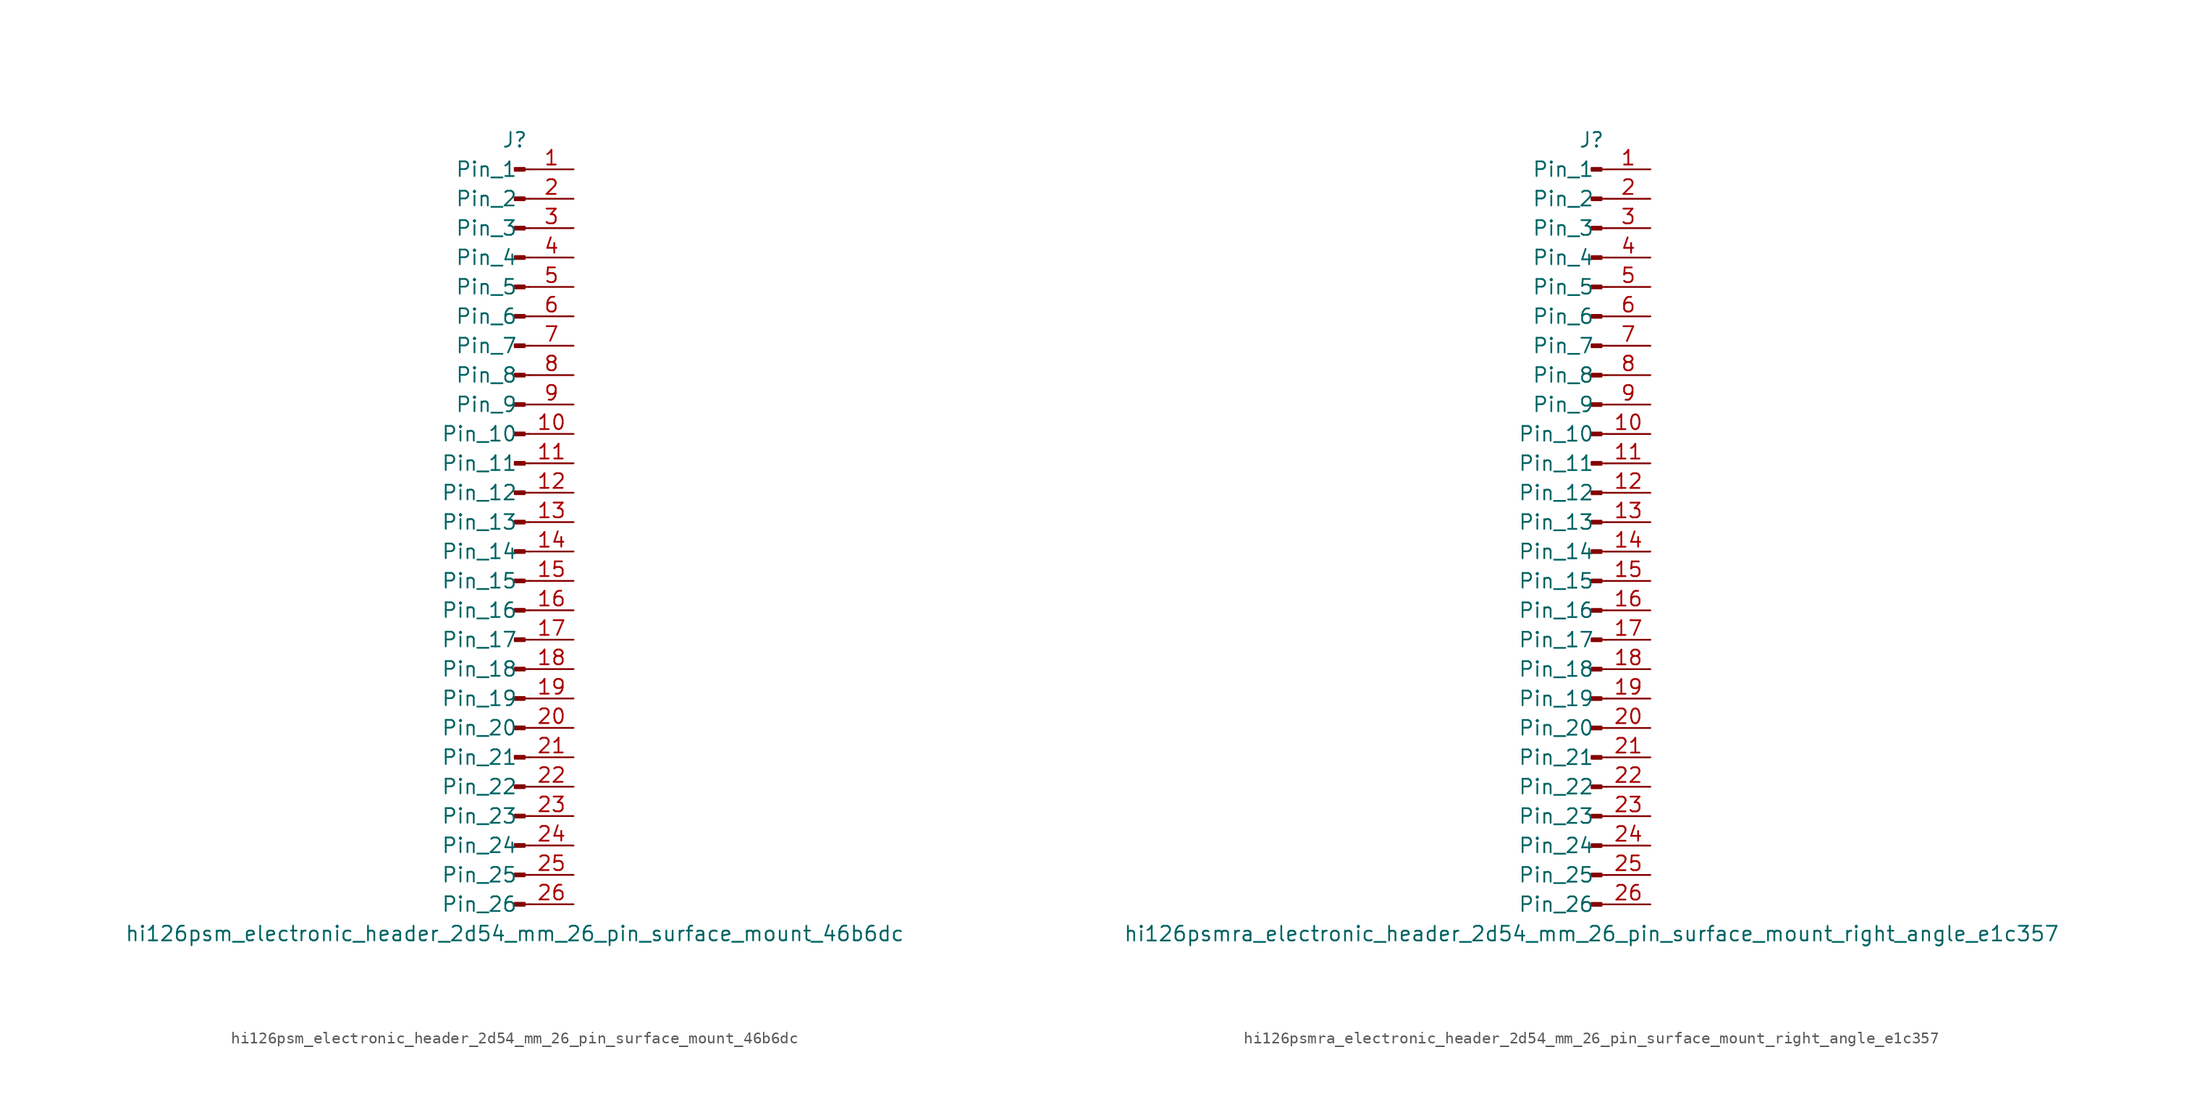
<source format=kicad_sym>
(kicad_symbol_lib
  (version 20220914)
  (generator kicad_symbol_editor)
  (symbol "hi126psm_electronic_header_2d54_mm_26_pin_surface_mount_46b6dc"
    (pin_names
      (offset 1.016))
    (property "Reference" "J"
      (at 0 33.02 0)
      (effects (font (size 1.27 1.27))))
    (property "Value" "hi126psm_electronic_header_2d54_mm_26_pin_surface_mount_46b6dc"
      (at 0 -35.56 0)
      (effects (font (size 1.27 1.27))))
    (property "ki_locked" ""
      (at 0 0 0)
      (effects (font (size 1.27 1.27))))
    (symbol "hi126psm_electronic_header_2d54_mm_26_pin_surface_mount_46b6dc_1_1"
      (polyline (pts (xy 1.27 -33.02) (xy 0.864 -33.02)) (stroke (width 0.152) (type default)) (fill (type none)))
      (polyline (pts (xy 1.27 -30.48) (xy 0.864 -30.48)) (stroke (width 0.152) (type default)) (fill (type none)))
      (polyline (pts (xy 1.27 -27.94) (xy 0.864 -27.94)) (stroke (width 0.152) (type default)) (fill (type none)))
      (polyline (pts (xy 1.27 -25.4) (xy 0.864 -25.4)) (stroke (width 0.152) (type default)) (fill (type none)))
      (polyline (pts (xy 1.27 -22.86) (xy 0.864 -22.86)) (stroke (width 0.152) (type default)) (fill (type none)))
      (polyline (pts (xy 1.27 -20.32) (xy 0.864 -20.32)) (stroke (width 0.152) (type default)) (fill (type none)))
      (polyline (pts (xy 1.27 -17.78) (xy 0.864 -17.78)) (stroke (width 0.152) (type default)) (fill (type none)))
      (polyline (pts (xy 1.27 -15.24) (xy 0.864 -15.24)) (stroke (width 0.152) (type default)) (fill (type none)))
      (polyline (pts (xy 1.27 -12.7) (xy 0.864 -12.7)) (stroke (width 0.152) (type default)) (fill (type none)))
      (polyline (pts (xy 1.27 -10.16) (xy 0.864 -10.16)) (stroke (width 0.152) (type default)) (fill (type none)))
      (polyline (pts (xy 1.27 -7.62) (xy 0.864 -7.62)) (stroke (width 0.152) (type default)) (fill (type none)))
      (polyline (pts (xy 1.27 -5.08) (xy 0.864 -5.08)) (stroke (width 0.152) (type default)) (fill (type none)))
      (polyline (pts (xy 1.27 -2.54) (xy 0.864 -2.54)) (stroke (width 0.152) (type default)) (fill (type none)))
      (polyline (pts (xy 1.27 0) (xy 0.864 0)) (stroke (width 0.152) (type default)) (fill (type none)))
      (polyline (pts (xy 1.27 2.54) (xy 0.864 2.54)) (stroke (width 0.152) (type default)) (fill (type none)))
      (polyline (pts (xy 1.27 5.08) (xy 0.864 5.08)) (stroke (width 0.152) (type default)) (fill (type none)))
      (polyline (pts (xy 1.27 7.62) (xy 0.864 7.62)) (stroke (width 0.152) (type default)) (fill (type none)))
      (polyline (pts (xy 1.27 10.16) (xy 0.864 10.16)) (stroke (width 0.152) (type default)) (fill (type none)))
      (polyline (pts (xy 1.27 12.7) (xy 0.864 12.7)) (stroke (width 0.152) (type default)) (fill (type none)))
      (polyline (pts (xy 1.27 15.24) (xy 0.864 15.24)) (stroke (width 0.152) (type default)) (fill (type none)))
      (polyline (pts (xy 1.27 17.78) (xy 0.864 17.78)) (stroke (width 0.152) (type default)) (fill (type none)))
      (polyline (pts (xy 1.27 20.32) (xy 0.864 20.32)) (stroke (width 0.152) (type default)) (fill (type none)))
      (polyline (pts (xy 1.27 22.86) (xy 0.864 22.86)) (stroke (width 0.152) (type default)) (fill (type none)))
      (polyline (pts (xy 1.27 25.4) (xy 0.864 25.4)) (stroke (width 0.152) (type default)) (fill (type none)))
      (polyline (pts (xy 1.27 27.94) (xy 0.864 27.94)) (stroke (width 0.152) (type default)) (fill (type none)))
      (polyline (pts (xy 1.27 30.48) (xy 0.864 30.48)) (stroke (width 0.152) (type default)) (fill (type none)))
      (rectangle (start 0.864 -32.893) (end 0 -33.147) (stroke (width 0.152) (type default)) (fill (type outline)))
      (rectangle (start 0.864 -30.353) (end 0 -30.607) (stroke (width 0.152) (type default)) (fill (type outline)))
      (rectangle (start 0.864 -27.813) (end 0 -28.067) (stroke (width 0.152) (type default)) (fill (type outline)))
      (rectangle (start 0.864 -25.273) (end 0 -25.527) (stroke (width 0.152) (type default)) (fill (type outline)))
      (rectangle (start 0.864 -22.733) (end 0 -22.987) (stroke (width 0.152) (type default)) (fill (type outline)))
      (rectangle (start 0.864 -20.193) (end 0 -20.447) (stroke (width 0.152) (type default)) (fill (type outline)))
      (rectangle (start 0.864 -17.653) (end 0 -17.907) (stroke (width 0.152) (type default)) (fill (type outline)))
      (rectangle (start 0.864 -15.113) (end 0 -15.367) (stroke (width 0.152) (type default)) (fill (type outline)))
      (rectangle (start 0.864 -12.573) (end 0 -12.827) (stroke (width 0.152) (type default)) (fill (type outline)))
      (rectangle (start 0.864 -10.033) (end 0 -10.287) (stroke (width 0.152) (type default)) (fill (type outline)))
      (rectangle (start 0.864 -7.493) (end 0 -7.747) (stroke (width 0.152) (type default)) (fill (type outline)))
      (rectangle (start 0.864 -4.953) (end 0 -5.207) (stroke (width 0.152) (type default)) (fill (type outline)))
      (rectangle (start 0.864 -2.413) (end 0 -2.667) (stroke (width 0.152) (type default)) (fill (type outline)))
      (rectangle (start 0.864 0.127) (end 0 -0.127) (stroke (width 0.152) (type default)) (fill (type outline)))
      (rectangle (start 0.864 2.667) (end 0 2.413) (stroke (width 0.152) (type default)) (fill (type outline)))
      (rectangle (start 0.864 5.207) (end 0 4.953) (stroke (width 0.152) (type default)) (fill (type outline)))
      (rectangle (start 0.864 7.747) (end 0 7.493) (stroke (width 0.152) (type default)) (fill (type outline)))
      (rectangle (start 0.864 10.287) (end 0 10.033) (stroke (width 0.152) (type default)) (fill (type outline)))
      (rectangle (start 0.864 12.827) (end 0 12.573) (stroke (width 0.152) (type default)) (fill (type outline)))
      (rectangle (start 0.864 15.367) (end 0 15.113) (stroke (width 0.152) (type default)) (fill (type outline)))
      (rectangle (start 0.864 17.907) (end 0 17.653) (stroke (width 0.152) (type default)) (fill (type outline)))
      (rectangle (start 0.864 20.447) (end 0 20.193) (stroke (width 0.152) (type default)) (fill (type outline)))
      (rectangle (start 0.864 22.987) (end 0 22.733) (stroke (width 0.152) (type default)) (fill (type outline)))
      (rectangle (start 0.864 25.527) (end 0 25.273) (stroke (width 0.152) (type default)) (fill (type outline)))
      (rectangle (start 0.864 28.067) (end 0 27.813) (stroke (width 0.152) (type default)) (fill (type outline)))
      (rectangle (start 0.864 30.607) (end 0 30.353) (stroke (width 0.152) (type default)) (fill (type outline)))
      (pin passive line (at 5.08 30.48 180) (length 3.81) (name "Pin_1" (effects (font (size 1.27 1.27)))) (number "1" (effects (font (size 1.27 1.27)))))
      (pin passive line (at 5.08 7.62 180) (length 3.81) (name "Pin_10" (effects (font (size 1.27 1.27)))) (number "10" (effects (font (size 1.27 1.27)))))
      (pin passive line (at 5.08 5.08 180) (length 3.81) (name "Pin_11" (effects (font (size 1.27 1.27)))) (number "11" (effects (font (size 1.27 1.27)))))
      (pin passive line (at 5.08 2.54 180) (length 3.81) (name "Pin_12" (effects (font (size 1.27 1.27)))) (number "12" (effects (font (size 1.27 1.27)))))
      (pin passive line (at 5.08 0 180) (length 3.81) (name "Pin_13" (effects (font (size 1.27 1.27)))) (number "13" (effects (font (size 1.27 1.27)))))
      (pin passive line (at 5.08 -2.54 180) (length 3.81) (name "Pin_14" (effects (font (size 1.27 1.27)))) (number "14" (effects (font (size 1.27 1.27)))))
      (pin passive line (at 5.08 -5.08 180) (length 3.81) (name "Pin_15" (effects (font (size 1.27 1.27)))) (number "15" (effects (font (size 1.27 1.27)))))
      (pin passive line (at 5.08 -7.62 180) (length 3.81) (name "Pin_16" (effects (font (size 1.27 1.27)))) (number "16" (effects (font (size 1.27 1.27)))))
      (pin passive line (at 5.08 -10.16 180) (length 3.81) (name "Pin_17" (effects (font (size 1.27 1.27)))) (number "17" (effects (font (size 1.27 1.27)))))
      (pin passive line (at 5.08 -12.7 180) (length 3.81) (name "Pin_18" (effects (font (size 1.27 1.27)))) (number "18" (effects (font (size 1.27 1.27)))))
      (pin passive line (at 5.08 -15.24 180) (length 3.81) (name "Pin_19" (effects (font (size 1.27 1.27)))) (number "19" (effects (font (size 1.27 1.27)))))
      (pin passive line (at 5.08 27.94 180) (length 3.81) (name "Pin_2" (effects (font (size 1.27 1.27)))) (number "2" (effects (font (size 1.27 1.27)))))
      (pin passive line (at 5.08 -17.78 180) (length 3.81) (name "Pin_20" (effects (font (size 1.27 1.27)))) (number "20" (effects (font (size 1.27 1.27)))))
      (pin passive line (at 5.08 -20.32 180) (length 3.81) (name "Pin_21" (effects (font (size 1.27 1.27)))) (number "21" (effects (font (size 1.27 1.27)))))
      (pin passive line (at 5.08 -22.86 180) (length 3.81) (name "Pin_22" (effects (font (size 1.27 1.27)))) (number "22" (effects (font (size 1.27 1.27)))))
      (pin passive line (at 5.08 -25.4 180) (length 3.81) (name "Pin_23" (effects (font (size 1.27 1.27)))) (number "23" (effects (font (size 1.27 1.27)))))
      (pin passive line (at 5.08 -27.94 180) (length 3.81) (name "Pin_24" (effects (font (size 1.27 1.27)))) (number "24" (effects (font (size 1.27 1.27)))))
      (pin passive line (at 5.08 -30.48 180) (length 3.81) (name "Pin_25" (effects (font (size 1.27 1.27)))) (number "25" (effects (font (size 1.27 1.27)))))
      (pin passive line (at 5.08 -33.02 180) (length 3.81) (name "Pin_26" (effects (font (size 1.27 1.27)))) (number "26" (effects (font (size 1.27 1.27)))))
      (pin passive line (at 5.08 25.4 180) (length 3.81) (name "Pin_3" (effects (font (size 1.27 1.27)))) (number "3" (effects (font (size 1.27 1.27)))))
      (pin passive line (at 5.08 22.86 180) (length 3.81) (name "Pin_4" (effects (font (size 1.27 1.27)))) (number "4" (effects (font (size 1.27 1.27)))))
      (pin passive line (at 5.08 20.32 180) (length 3.81) (name "Pin_5" (effects (font (size 1.27 1.27)))) (number "5" (effects (font (size 1.27 1.27)))))
      (pin passive line (at 5.08 17.78 180) (length 3.81) (name "Pin_6" (effects (font (size 1.27 1.27)))) (number "6" (effects (font (size 1.27 1.27)))))
      (pin passive line (at 5.08 15.24 180) (length 3.81) (name "Pin_7" (effects (font (size 1.27 1.27)))) (number "7" (effects (font (size 1.27 1.27)))))
      (pin passive line (at 5.08 12.7 180) (length 3.81) (name "Pin_8" (effects (font (size 1.27 1.27)))) (number "8" (effects (font (size 1.27 1.27)))))
      (pin passive line (at 5.08 10.16 180) (length 3.81) (name "Pin_9" (effects (font (size 1.27 1.27)))) (number "9" (effects (font (size 1.27 1.27)))))))
  (symbol "hi126psmra_electronic_header_2d54_mm_26_pin_surface_mount_right_angle_e1c357"
    (pin_names
      (offset 1.016))
    (property "Reference" "J"
      (at 0 33.02 0)
      (effects (font (size 1.27 1.27))))
    (property "Value" "hi126psmra_electronic_header_2d54_mm_26_pin_surface_mount_right_angle_e1c357"
      (at 0 -35.56 0)
      (effects (font (size 1.27 1.27))))
    (property "ki_locked" ""
      (at 0 0 0)
      (effects (font (size 1.27 1.27))))
    (symbol "hi126psmra_electronic_header_2d54_mm_26_pin_surface_mount_right_angle_e1c357_1_1"
      (polyline (pts (xy 1.27 -33.02) (xy 0.864 -33.02)) (stroke (width 0.152) (type default)) (fill (type none)))
      (polyline (pts (xy 1.27 -30.48) (xy 0.864 -30.48)) (stroke (width 0.152) (type default)) (fill (type none)))
      (polyline (pts (xy 1.27 -27.94) (xy 0.864 -27.94)) (stroke (width 0.152) (type default)) (fill (type none)))
      (polyline (pts (xy 1.27 -25.4) (xy 0.864 -25.4)) (stroke (width 0.152) (type default)) (fill (type none)))
      (polyline (pts (xy 1.27 -22.86) (xy 0.864 -22.86)) (stroke (width 0.152) (type default)) (fill (type none)))
      (polyline (pts (xy 1.27 -20.32) (xy 0.864 -20.32)) (stroke (width 0.152) (type default)) (fill (type none)))
      (polyline (pts (xy 1.27 -17.78) (xy 0.864 -17.78)) (stroke (width 0.152) (type default)) (fill (type none)))
      (polyline (pts (xy 1.27 -15.24) (xy 0.864 -15.24)) (stroke (width 0.152) (type default)) (fill (type none)))
      (polyline (pts (xy 1.27 -12.7) (xy 0.864 -12.7)) (stroke (width 0.152) (type default)) (fill (type none)))
      (polyline (pts (xy 1.27 -10.16) (xy 0.864 -10.16)) (stroke (width 0.152) (type default)) (fill (type none)))
      (polyline (pts (xy 1.27 -7.62) (xy 0.864 -7.62)) (stroke (width 0.152) (type default)) (fill (type none)))
      (polyline (pts (xy 1.27 -5.08) (xy 0.864 -5.08)) (stroke (width 0.152) (type default)) (fill (type none)))
      (polyline (pts (xy 1.27 -2.54) (xy 0.864 -2.54)) (stroke (width 0.152) (type default)) (fill (type none)))
      (polyline (pts (xy 1.27 0) (xy 0.864 0)) (stroke (width 0.152) (type default)) (fill (type none)))
      (polyline (pts (xy 1.27 2.54) (xy 0.864 2.54)) (stroke (width 0.152) (type default)) (fill (type none)))
      (polyline (pts (xy 1.27 5.08) (xy 0.864 5.08)) (stroke (width 0.152) (type default)) (fill (type none)))
      (polyline (pts (xy 1.27 7.62) (xy 0.864 7.62)) (stroke (width 0.152) (type default)) (fill (type none)))
      (polyline (pts (xy 1.27 10.16) (xy 0.864 10.16)) (stroke (width 0.152) (type default)) (fill (type none)))
      (polyline (pts (xy 1.27 12.7) (xy 0.864 12.7)) (stroke (width 0.152) (type default)) (fill (type none)))
      (polyline (pts (xy 1.27 15.24) (xy 0.864 15.24)) (stroke (width 0.152) (type default)) (fill (type none)))
      (polyline (pts (xy 1.27 17.78) (xy 0.864 17.78)) (stroke (width 0.152) (type default)) (fill (type none)))
      (polyline (pts (xy 1.27 20.32) (xy 0.864 20.32)) (stroke (width 0.152) (type default)) (fill (type none)))
      (polyline (pts (xy 1.27 22.86) (xy 0.864 22.86)) (stroke (width 0.152) (type default)) (fill (type none)))
      (polyline (pts (xy 1.27 25.4) (xy 0.864 25.4)) (stroke (width 0.152) (type default)) (fill (type none)))
      (polyline (pts (xy 1.27 27.94) (xy 0.864 27.94)) (stroke (width 0.152) (type default)) (fill (type none)))
      (polyline (pts (xy 1.27 30.48) (xy 0.864 30.48)) (stroke (width 0.152) (type default)) (fill (type none)))
      (rectangle (start 0.864 -32.893) (end 0 -33.147) (stroke (width 0.152) (type default)) (fill (type outline)))
      (rectangle (start 0.864 -30.353) (end 0 -30.607) (stroke (width 0.152) (type default)) (fill (type outline)))
      (rectangle (start 0.864 -27.813) (end 0 -28.067) (stroke (width 0.152) (type default)) (fill (type outline)))
      (rectangle (start 0.864 -25.273) (end 0 -25.527) (stroke (width 0.152) (type default)) (fill (type outline)))
      (rectangle (start 0.864 -22.733) (end 0 -22.987) (stroke (width 0.152) (type default)) (fill (type outline)))
      (rectangle (start 0.864 -20.193) (end 0 -20.447) (stroke (width 0.152) (type default)) (fill (type outline)))
      (rectangle (start 0.864 -17.653) (end 0 -17.907) (stroke (width 0.152) (type default)) (fill (type outline)))
      (rectangle (start 0.864 -15.113) (end 0 -15.367) (stroke (width 0.152) (type default)) (fill (type outline)))
      (rectangle (start 0.864 -12.573) (end 0 -12.827) (stroke (width 0.152) (type default)) (fill (type outline)))
      (rectangle (start 0.864 -10.033) (end 0 -10.287) (stroke (width 0.152) (type default)) (fill (type outline)))
      (rectangle (start 0.864 -7.493) (end 0 -7.747) (stroke (width 0.152) (type default)) (fill (type outline)))
      (rectangle (start 0.864 -4.953) (end 0 -5.207) (stroke (width 0.152) (type default)) (fill (type outline)))
      (rectangle (start 0.864 -2.413) (end 0 -2.667) (stroke (width 0.152) (type default)) (fill (type outline)))
      (rectangle (start 0.864 0.127) (end 0 -0.127) (stroke (width 0.152) (type default)) (fill (type outline)))
      (rectangle (start 0.864 2.667) (end 0 2.413) (stroke (width 0.152) (type default)) (fill (type outline)))
      (rectangle (start 0.864 5.207) (end 0 4.953) (stroke (width 0.152) (type default)) (fill (type outline)))
      (rectangle (start 0.864 7.747) (end 0 7.493) (stroke (width 0.152) (type default)) (fill (type outline)))
      (rectangle (start 0.864 10.287) (end 0 10.033) (stroke (width 0.152) (type default)) (fill (type outline)))
      (rectangle (start 0.864 12.827) (end 0 12.573) (stroke (width 0.152) (type default)) (fill (type outline)))
      (rectangle (start 0.864 15.367) (end 0 15.113) (stroke (width 0.152) (type default)) (fill (type outline)))
      (rectangle (start 0.864 17.907) (end 0 17.653) (stroke (width 0.152) (type default)) (fill (type outline)))
      (rectangle (start 0.864 20.447) (end 0 20.193) (stroke (width 0.152) (type default)) (fill (type outline)))
      (rectangle (start 0.864 22.987) (end 0 22.733) (stroke (width 0.152) (type default)) (fill (type outline)))
      (rectangle (start 0.864 25.527) (end 0 25.273) (stroke (width 0.152) (type default)) (fill (type outline)))
      (rectangle (start 0.864 28.067) (end 0 27.813) (stroke (width 0.152) (type default)) (fill (type outline)))
      (rectangle (start 0.864 30.607) (end 0 30.353) (stroke (width 0.152) (type default)) (fill (type outline)))
      (pin passive line (at 5.08 30.48 180) (length 3.81) (name "Pin_1" (effects (font (size 1.27 1.27)))) (number "1" (effects (font (size 1.27 1.27)))))
      (pin passive line (at 5.08 7.62 180) (length 3.81) (name "Pin_10" (effects (font (size 1.27 1.27)))) (number "10" (effects (font (size 1.27 1.27)))))
      (pin passive line (at 5.08 5.08 180) (length 3.81) (name "Pin_11" (effects (font (size 1.27 1.27)))) (number "11" (effects (font (size 1.27 1.27)))))
      (pin passive line (at 5.08 2.54 180) (length 3.81) (name "Pin_12" (effects (font (size 1.27 1.27)))) (number "12" (effects (font (size 1.27 1.27)))))
      (pin passive line (at 5.08 0 180) (length 3.81) (name "Pin_13" (effects (font (size 1.27 1.27)))) (number "13" (effects (font (size 1.27 1.27)))))
      (pin passive line (at 5.08 -2.54 180) (length 3.81) (name "Pin_14" (effects (font (size 1.27 1.27)))) (number "14" (effects (font (size 1.27 1.27)))))
      (pin passive line (at 5.08 -5.08 180) (length 3.81) (name "Pin_15" (effects (font (size 1.27 1.27)))) (number "15" (effects (font (size 1.27 1.27)))))
      (pin passive line (at 5.08 -7.62 180) (length 3.81) (name "Pin_16" (effects (font (size 1.27 1.27)))) (number "16" (effects (font (size 1.27 1.27)))))
      (pin passive line (at 5.08 -10.16 180) (length 3.81) (name "Pin_17" (effects (font (size 1.27 1.27)))) (number "17" (effects (font (size 1.27 1.27)))))
      (pin passive line (at 5.08 -12.7 180) (length 3.81) (name "Pin_18" (effects (font (size 1.27 1.27)))) (number "18" (effects (font (size 1.27 1.27)))))
      (pin passive line (at 5.08 -15.24 180) (length 3.81) (name "Pin_19" (effects (font (size 1.27 1.27)))) (number "19" (effects (font (size 1.27 1.27)))))
      (pin passive line (at 5.08 27.94 180) (length 3.81) (name "Pin_2" (effects (font (size 1.27 1.27)))) (number "2" (effects (font (size 1.27 1.27)))))
      (pin passive line (at 5.08 -17.78 180) (length 3.81) (name "Pin_20" (effects (font (size 1.27 1.27)))) (number "20" (effects (font (size 1.27 1.27)))))
      (pin passive line (at 5.08 -20.32 180) (length 3.81) (name "Pin_21" (effects (font (size 1.27 1.27)))) (number "21" (effects (font (size 1.27 1.27)))))
      (pin passive line (at 5.08 -22.86 180) (length 3.81) (name "Pin_22" (effects (font (size 1.27 1.27)))) (number "22" (effects (font (size 1.27 1.27)))))
      (pin passive line (at 5.08 -25.4 180) (length 3.81) (name "Pin_23" (effects (font (size 1.27 1.27)))) (number "23" (effects (font (size 1.27 1.27)))))
      (pin passive line (at 5.08 -27.94 180) (length 3.81) (name "Pin_24" (effects (font (size 1.27 1.27)))) (number "24" (effects (font (size 1.27 1.27)))))
      (pin passive line (at 5.08 -30.48 180) (length 3.81) (name "Pin_25" (effects (font (size 1.27 1.27)))) (number "25" (effects (font (size 1.27 1.27)))))
      (pin passive line (at 5.08 -33.02 180) (length 3.81) (name "Pin_26" (effects (font (size 1.27 1.27)))) (number "26" (effects (font (size 1.27 1.27)))))
      (pin passive line (at 5.08 25.4 180) (length 3.81) (name "Pin_3" (effects (font (size 1.27 1.27)))) (number "3" (effects (font (size 1.27 1.27)))))
      (pin passive line (at 5.08 22.86 180) (length 3.81) (name "Pin_4" (effects (font (size 1.27 1.27)))) (number "4" (effects (font (size 1.27 1.27)))))
      (pin passive line (at 5.08 20.32 180) (length 3.81) (name "Pin_5" (effects (font (size 1.27 1.27)))) (number "5" (effects (font (size 1.27 1.27)))))
      (pin passive line (at 5.08 17.78 180) (length 3.81) (name "Pin_6" (effects (font (size 1.27 1.27)))) (number "6" (effects (font (size 1.27 1.27)))))
      (pin passive line (at 5.08 15.24 180) (length 3.81) (name "Pin_7" (effects (font (size 1.27 1.27)))) (number "7" (effects (font (size 1.27 1.27)))))
      (pin passive line (at 5.08 12.7 180) (length 3.81) (name "Pin_8" (effects (font (size 1.27 1.27)))) (number "8" (effects (font (size 1.27 1.27)))))
      (pin passive line (at 5.08 10.16 180) (length 3.81) (name "Pin_9" (effects (font (size 1.27 1.27)))) (number "9" (effects (font (size 1.27 1.27))))))))
</source>
